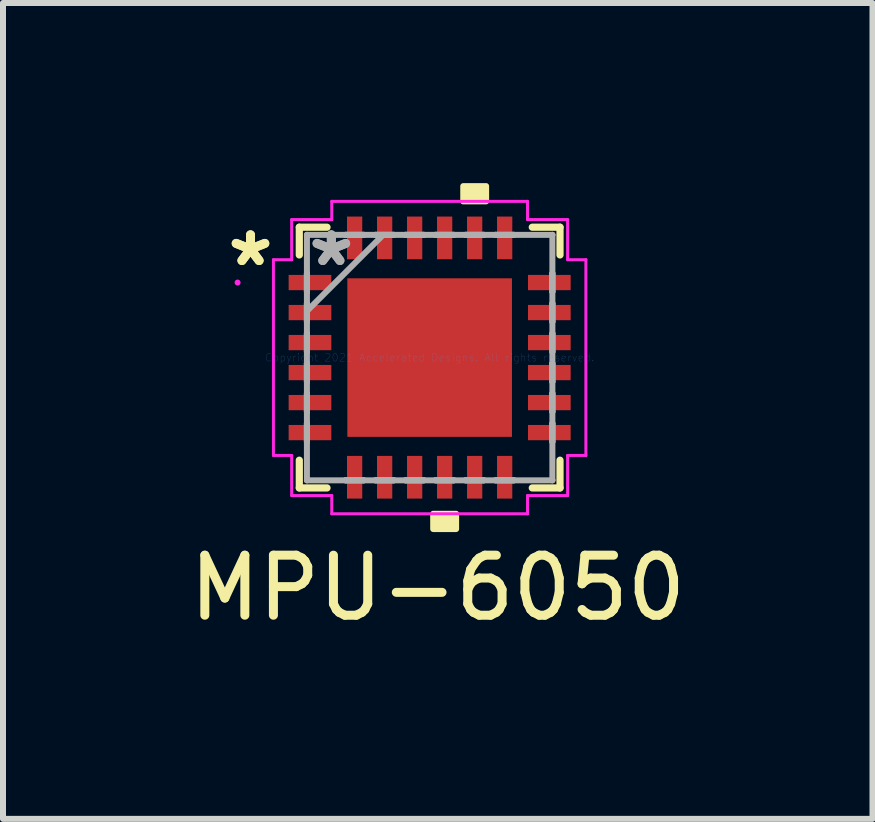
<source format=kicad_pcb>
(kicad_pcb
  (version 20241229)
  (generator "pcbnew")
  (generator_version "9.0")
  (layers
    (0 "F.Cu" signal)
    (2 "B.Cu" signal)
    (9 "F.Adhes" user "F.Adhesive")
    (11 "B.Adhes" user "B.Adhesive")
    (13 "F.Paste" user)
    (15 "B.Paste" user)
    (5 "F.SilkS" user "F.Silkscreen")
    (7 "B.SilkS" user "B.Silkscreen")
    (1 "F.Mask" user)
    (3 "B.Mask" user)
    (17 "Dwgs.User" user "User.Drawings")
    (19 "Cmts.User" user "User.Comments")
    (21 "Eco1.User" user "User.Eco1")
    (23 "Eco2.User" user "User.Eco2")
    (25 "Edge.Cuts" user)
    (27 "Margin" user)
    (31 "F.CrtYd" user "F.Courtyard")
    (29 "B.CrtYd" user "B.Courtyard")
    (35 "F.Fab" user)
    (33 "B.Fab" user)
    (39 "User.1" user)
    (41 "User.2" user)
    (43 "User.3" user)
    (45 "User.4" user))
  (footprint "MPU-6050"
    (layer "F.Cu")
    (at 4.109 2.908)
    (property "Reference" "MPU-6050" (at 0.135 3.838 0) (layer "F.SilkS") (effects (font (size 1 1) (thickness 0.15))))
    (attr through_hole)
    (fp_line (start -2.172 -2.172) (end -2.172 -1.71) (stroke (width 0.12) (type solid)) (layer "F.SilkS"))
    (fp_line (start -2.172 1.71) (end -2.172 2.172) (stroke (width 0.12) (type solid)) (layer "F.SilkS"))
    (fp_line (start -2.172 2.172) (end -1.71 2.172) (stroke (width 0.12) (type solid)) (layer "F.SilkS"))
    (fp_line (start -1.71 -2.172) (end -2.172 -2.172) (stroke (width 0.12) (type solid)) (layer "F.SilkS"))
    (fp_line (start 1.71 2.172) (end 2.172 2.172) (stroke (width 0.12) (type solid)) (layer "F.SilkS"))
    (fp_line (start 2.172 -2.172) (end 1.71 -2.172) (stroke (width 0.12) (type solid)) (layer "F.SilkS"))
    (fp_line (start 2.172 -1.71) (end 2.172 -2.172) (stroke (width 0.12) (type solid)) (layer "F.SilkS"))
    (fp_line (start 2.172 2.172) (end 2.172 1.71) (stroke (width 0.12) (type solid)) (layer "F.SilkS"))
    (fp_poly (pts (xy 0.059 2.603) (xy 0.059 2.857) (xy 0.441 2.857) (xy 0.441 2.603)) (stroke (width 0.1) (type solid)) (fill yes) (layer "F.SilkS"))
    (fp_poly (pts (xy 0.56 -2.603) (xy 0.56 -2.857) (xy 0.941 -2.857) (xy 0.941 -2.603)) (stroke (width 0.1) (type solid)) (fill yes) (layer "F.SilkS"))
    (fp_poly (pts (xy -1.272 -1.221) (xy -1.272 -0.1) (xy -0.1 -0.1) (xy -0.1 -1.221)) (stroke (width 0.1) (type solid)) (fill yes) (layer "F.Paste"))
    (fp_poly (pts (xy -1.272 0.1) (xy -1.272 1.221) (xy -0.1 1.221) (xy -0.1 0.1)) (stroke (width 0.1) (type solid)) (fill yes) (layer "F.Paste"))
    (fp_poly (pts (xy 0.1 -1.221) (xy 0.1 -0.1) (xy 1.272 -0.1) (xy 1.272 -1.221)) (stroke (width 0.1) (type solid)) (fill yes) (layer "F.Paste"))
    (fp_poly (pts (xy 0.1 0.1) (xy 0.1 1.221) (xy 1.272 1.221) (xy 1.272 0.1)) (stroke (width 0.1) (type solid)) (fill yes) (layer "F.Paste"))
    (fp_line (start -2.603 -1.631) (end -2.299 -1.631) (stroke (width 0.05) (type solid)) (layer "F.CrtYd"))
    (fp_line (start -2.603 1.631) (end -2.603 -1.631) (stroke (width 0.05) (type solid)) (layer "F.CrtYd"))
    (fp_line (start -2.299 -2.299) (end -1.631 -2.299) (stroke (width 0.05) (type solid)) (layer "F.CrtYd"))
    (fp_line (start -2.299 -1.631) (end -2.299 -2.299) (stroke (width 0.05) (type solid)) (layer "F.CrtYd"))
    (fp_line (start -2.299 1.631) (end -2.603 1.631) (stroke (width 0.05) (type solid)) (layer "F.CrtYd"))
    (fp_line (start -2.299 2.299) (end -2.299 1.631) (stroke (width 0.05) (type solid)) (layer "F.CrtYd"))
    (fp_line (start -1.631 -2.603) (end 1.631 -2.603) (stroke (width 0.05) (type solid)) (layer "F.CrtYd"))
    (fp_line (start -1.631 -2.299) (end -1.631 -2.603) (stroke (width 0.05) (type solid)) (layer "F.CrtYd"))
    (fp_line (start -1.631 2.299) (end -2.299 2.299) (stroke (width 0.05) (type solid)) (layer "F.CrtYd"))
    (fp_line (start -1.631 2.603) (end -1.631 2.299) (stroke (width 0.05) (type solid)) (layer "F.CrtYd"))
    (fp_line (start 1.631 -2.603) (end 1.631 -2.299) (stroke (width 0.05) (type solid)) (layer "F.CrtYd"))
    (fp_line (start 1.631 -2.299) (end 2.299 -2.299) (stroke (width 0.05) (type solid)) (layer "F.CrtYd"))
    (fp_line (start 1.631 2.299) (end 1.631 2.603) (stroke (width 0.05) (type solid)) (layer "F.CrtYd"))
    (fp_line (start 1.631 2.603) (end -1.631 2.603) (stroke (width 0.05) (type solid)) (layer "F.CrtYd"))
    (fp_line (start 2.299 -2.299) (end 2.299 -1.631) (stroke (width 0.05) (type solid)) (layer "F.CrtYd"))
    (fp_line (start 2.299 -1.631) (end 2.603 -1.631) (stroke (width 0.05) (type solid)) (layer "F.CrtYd"))
    (fp_line (start 2.299 1.631) (end 2.299 2.299) (stroke (width 0.05) (type solid)) (layer "F.CrtYd"))
    (fp_line (start 2.299 2.299) (end 1.631 2.299) (stroke (width 0.05) (type solid)) (layer "F.CrtYd"))
    (fp_line (start 2.603 -1.631) (end 2.603 1.631) (stroke (width 0.05) (type solid)) (layer "F.CrtYd"))
    (fp_line (start 2.603 1.631) (end 2.299 1.631) (stroke (width 0.05) (type solid)) (layer "F.CrtYd"))
    (fp_circle (center -3.2 -1.25) (end -3.2 -1.25) (stroke (width 0.05) (type solid)) (fill no) (layer "F.CrtYd"))
    (fp_line (start -2.045 -2.045) (end -2.045 -2.045) (stroke (width 0.1) (type solid)) (layer "F.Fab"))
    (fp_line (start -2.045 -2.045) (end -2.045 2.045) (stroke (width 0.1) (type solid)) (layer "F.Fab"))
    (fp_line (start -2.045 -1.402) (end -2.045 -1.402) (stroke (width 0.1) (type solid)) (layer "F.Fab"))
    (fp_line (start -2.045 -1.402) (end -2.045 -1.098) (stroke (width 0.1) (type solid)) (layer "F.Fab"))
    (fp_line (start -2.045 -1.098) (end -2.045 -1.402) (stroke (width 0.1) (type solid)) (layer "F.Fab"))
    (fp_line (start -2.045 -1.098) (end -2.045 -1.098) (stroke (width 0.1) (type solid)) (layer "F.Fab"))
    (fp_line (start -2.045 -0.902) (end -2.045 -0.902) (stroke (width 0.1) (type solid)) (layer "F.Fab"))
    (fp_line (start -2.045 -0.902) (end -2.045 -0.598) (stroke (width 0.1) (type solid)) (layer "F.Fab"))
    (fp_line (start -2.045 -0.775) (end -0.775 -2.045) (stroke (width 0.1) (type solid)) (layer "F.Fab"))
    (fp_line (start -2.045 -0.598) (end -2.045 -0.902) (stroke (width 0.1) (type solid)) (layer "F.Fab"))
    (fp_line (start -2.045 -0.598) (end -2.045 -0.598) (stroke (width 0.1) (type solid)) (layer "F.Fab"))
    (fp_line (start -2.045 -0.402) (end -2.045 -0.402) (stroke (width 0.1) (type solid)) (layer "F.Fab"))
    (fp_line (start -2.045 -0.402) (end -2.045 -0.098) (stroke (width 0.1) (type solid)) (layer "F.Fab"))
    (fp_line (start -2.045 -0.098) (end -2.045 -0.402) (stroke (width 0.1) (type solid)) (layer "F.Fab"))
    (fp_line (start -2.045 -0.098) (end -2.045 -0.098) (stroke (width 0.1) (type solid)) (layer "F.Fab"))
    (fp_line (start -2.045 0.098) (end -2.045 0.098) (stroke (width 0.1) (type solid)) (layer "F.Fab"))
    (fp_line (start -2.045 0.098) (end -2.045 0.402) (stroke (width 0.1) (type solid)) (layer "F.Fab"))
    (fp_line (start -2.045 0.402) (end -2.045 0.098) (stroke (width 0.1) (type solid)) (layer "F.Fab"))
    (fp_line (start -2.045 0.402) (end -2.045 0.402) (stroke (width 0.1) (type solid)) (layer "F.Fab"))
    (fp_line (start -2.045 0.598) (end -2.045 0.598) (stroke (width 0.1) (type solid)) (layer "F.Fab"))
    (fp_line (start -2.045 0.598) (end -2.045 0.902) (stroke (width 0.1) (type solid)) (layer "F.Fab"))
    (fp_line (start -2.045 0.902) (end -2.045 0.598) (stroke (width 0.1) (type solid)) (layer "F.Fab"))
    (fp_line (start -2.045 0.902) (end -2.045 0.902) (stroke (width 0.1) (type solid)) (layer "F.Fab"))
    (fp_line (start -2.045 1.098) (end -2.045 1.098) (stroke (width 0.1) (type solid)) (layer "F.Fab"))
    (fp_line (start -2.045 1.098) (end -2.045 1.402) (stroke (width 0.1) (type solid)) (layer "F.Fab"))
    (fp_line (start -2.045 1.402) (end -2.045 1.098) (stroke (width 0.1) (type solid)) (layer "F.Fab"))
    (fp_line (start -2.045 1.402) (end -2.045 1.402) (stroke (width 0.1) (type solid)) (layer "F.Fab"))
    (fp_line (start -2.045 2.045) (end -2.045 2.045) (stroke (width 0.1) (type solid)) (layer "F.Fab"))
    (fp_line (start -2.045 2.045) (end 2.045 2.045) (stroke (width 0.1) (type solid)) (layer "F.Fab"))
    (fp_line (start -1.402 -2.045) (end -1.402 -2.045) (stroke (width 0.1) (type solid)) (layer "F.Fab"))
    (fp_line (start -1.402 -2.045) (end -1.098 -2.045) (stroke (width 0.1) (type solid)) (layer "F.Fab"))
    (fp_line (start -1.402 2.045) (end -1.402 2.045) (stroke (width 0.1) (type solid)) (layer "F.Fab"))
    (fp_line (start -1.402 2.045) (end -1.098 2.045) (stroke (width 0.1) (type solid)) (layer "F.Fab"))
    (fp_line (start -1.098 -2.045) (end -1.402 -2.045) (stroke (width 0.1) (type solid)) (layer "F.Fab"))
    (fp_line (start -1.098 -2.045) (end -1.098 -2.045) (stroke (width 0.1) (type solid)) (layer "F.Fab"))
    (fp_line (start -1.098 2.045) (end -1.402 2.045) (stroke (width 0.1) (type solid)) (layer "F.Fab"))
    (fp_line (start -1.098 2.045) (end -1.098 2.045) (stroke (width 0.1) (type solid)) (layer "F.Fab"))
    (fp_line (start -0.902 -2.045) (end -0.902 -2.045) (stroke (width 0.1) (type solid)) (layer "F.Fab"))
    (fp_line (start -0.902 -2.045) (end -0.598 -2.045) (stroke (width 0.1) (type solid)) (layer "F.Fab"))
    (fp_line (start -0.902 2.045) (end -0.902 2.045) (stroke (width 0.1) (type solid)) (layer "F.Fab"))
    (fp_line (start -0.902 2.045) (end -0.598 2.045) (stroke (width 0.1) (type solid)) (layer "F.Fab"))
    (fp_line (start -0.598 -2.045) (end -0.902 -2.045) (stroke (width 0.1) (type solid)) (layer "F.Fab"))
    (fp_line (start -0.598 -2.045) (end -0.598 -2.045) (stroke (width 0.1) (type solid)) (layer "F.Fab"))
    (fp_line (start -0.598 2.045) (end -0.902 2.045) (stroke (width 0.1) (type solid)) (layer "F.Fab"))
    (fp_line (start -0.598 2.045) (end -0.598 2.045) (stroke (width 0.1) (type solid)) (layer "F.Fab"))
    (fp_line (start -0.402 -2.045) (end -0.402 -2.045) (stroke (width 0.1) (type solid)) (layer "F.Fab"))
    (fp_line (start -0.402 -2.045) (end -0.098 -2.045) (stroke (width 0.1) (type solid)) (layer "F.Fab"))
    (fp_line (start -0.402 2.045) (end -0.402 2.045) (stroke (width 0.1) (type solid)) (layer "F.Fab"))
    (fp_line (start -0.402 2.045) (end -0.098 2.045) (stroke (width 0.1) (type solid)) (layer "F.Fab"))
    (fp_line (start -0.098 -2.045) (end -0.402 -2.045) (stroke (width 0.1) (type solid)) (layer "F.Fab"))
    (fp_line (start -0.098 -2.045) (end -0.098 -2.045) (stroke (width 0.1) (type solid)) (layer "F.Fab"))
    (fp_line (start -0.098 2.045) (end -0.402 2.045) (stroke (width 0.1) (type solid)) (layer "F.Fab"))
    (fp_line (start -0.098 2.045) (end -0.098 2.045) (stroke (width 0.1) (type solid)) (layer "F.Fab"))
    (fp_line (start 0.098 -2.045) (end 0.098 -2.045) (stroke (width 0.1) (type solid)) (layer "F.Fab"))
    (fp_line (start 0.098 -2.045) (end 0.402 -2.045) (stroke (width 0.1) (type solid)) (layer "F.Fab"))
    (fp_line (start 0.098 2.045) (end 0.098 2.045) (stroke (width 0.1) (type solid)) (layer "F.Fab"))
    (fp_line (start 0.098 2.045) (end 0.402 2.045) (stroke (width 0.1) (type solid)) (layer "F.Fab"))
    (fp_line (start 0.402 -2.045) (end 0.098 -2.045) (stroke (width 0.1) (type solid)) (layer "F.Fab"))
    (fp_line (start 0.402 -2.045) (end 0.402 -2.045) (stroke (width 0.1) (type solid)) (layer "F.Fab"))
    (fp_line (start 0.402 2.045) (end 0.098 2.045) (stroke (width 0.1) (type solid)) (layer "F.Fab"))
    (fp_line (start 0.402 2.045) (end 0.402 2.045) (stroke (width 0.1) (type solid)) (layer "F.Fab"))
    (fp_line (start 0.598 -2.045) (end 0.598 -2.045) (stroke (width 0.1) (type solid)) (layer "F.Fab"))
    (fp_line (start 0.598 -2.045) (end 0.902 -2.045) (stroke (width 0.1) (type solid)) (layer "F.Fab"))
    (fp_line (start 0.598 2.045) (end 0.598 2.045) (stroke (width 0.1) (type solid)) (layer "F.Fab"))
    (fp_line (start 0.598 2.045) (end 0.902 2.045) (stroke (width 0.1) (type solid)) (layer "F.Fab"))
    (fp_line (start 0.902 -2.045) (end 0.598 -2.045) (stroke (width 0.1) (type solid)) (layer "F.Fab"))
    (fp_line (start 0.902 -2.045) (end 0.902 -2.045) (stroke (width 0.1) (type solid)) (layer "F.Fab"))
    (fp_line (start 0.902 2.045) (end 0.598 2.045) (stroke (width 0.1) (type solid)) (layer "F.Fab"))
    (fp_line (start 0.902 2.045) (end 0.902 2.045) (stroke (width 0.1) (type solid)) (layer "F.Fab"))
    (fp_line (start 1.098 -2.045) (end 1.098 -2.045) (stroke (width 0.1) (type solid)) (layer "F.Fab"))
    (fp_line (start 1.098 -2.045) (end 1.402 -2.045) (stroke (width 0.1) (type solid)) (layer "F.Fab"))
    (fp_line (start 1.098 2.045) (end 1.098 2.045) (stroke (width 0.1) (type solid)) (layer "F.Fab"))
    (fp_line (start 1.098 2.045) (end 1.402 2.045) (stroke (width 0.1) (type solid)) (layer "F.Fab"))
    (fp_line (start 1.402 -2.045) (end 1.098 -2.045) (stroke (width 0.1) (type solid)) (layer "F.Fab"))
    (fp_line (start 1.402 -2.045) (end 1.402 -2.045) (stroke (width 0.1) (type solid)) (layer "F.Fab"))
    (fp_line (start 1.402 2.045) (end 1.098 2.045) (stroke (width 0.1) (type solid)) (layer "F.Fab"))
    (fp_line (start 1.402 2.045) (end 1.402 2.045) (stroke (width 0.1) (type solid)) (layer "F.Fab"))
    (fp_line (start 2.045 -2.045) (end -2.045 -2.045) (stroke (width 0.1) (type solid)) (layer "F.Fab"))
    (fp_line (start 2.045 -2.045) (end 2.045 -2.045) (stroke (width 0.1) (type solid)) (layer "F.Fab"))
    (fp_line (start 2.045 -1.402) (end 2.045 -1.402) (stroke (width 0.1) (type solid)) (layer "F.Fab"))
    (fp_line (start 2.045 -1.402) (end 2.045 -1.098) (stroke (width 0.1) (type solid)) (layer "F.Fab"))
    (fp_line (start 2.045 -1.098) (end 2.045 -1.402) (stroke (width 0.1) (type solid)) (layer "F.Fab"))
    (fp_line (start 2.045 -1.098) (end 2.045 -1.098) (stroke (width 0.1) (type solid)) (layer "F.Fab"))
    (fp_line (start 2.045 -0.902) (end 2.045 -0.902) (stroke (width 0.1) (type solid)) (layer "F.Fab"))
    (fp_line (start 2.045 -0.902) (end 2.045 -0.598) (stroke (width 0.1) (type solid)) (layer "F.Fab"))
    (fp_line (start 2.045 -0.598) (end 2.045 -0.902) (stroke (width 0.1) (type solid)) (layer "F.Fab"))
    (fp_line (start 2.045 -0.598) (end 2.045 -0.598) (stroke (width 0.1) (type solid)) (layer "F.Fab"))
    (fp_line (start 2.045 -0.402) (end 2.045 -0.402) (stroke (width 0.1) (type solid)) (layer "F.Fab"))
    (fp_line (start 2.045 -0.402) (end 2.045 -0.098) (stroke (width 0.1) (type solid)) (layer "F.Fab"))
    (fp_line (start 2.045 -0.098) (end 2.045 -0.402) (stroke (width 0.1) (type solid)) (layer "F.Fab"))
    (fp_line (start 2.045 -0.098) (end 2.045 -0.098) (stroke (width 0.1) (type solid)) (layer "F.Fab"))
    (fp_line (start 2.045 0.098) (end 2.045 0.098) (stroke (width 0.1) (type solid)) (layer "F.Fab"))
    (fp_line (start 2.045 0.098) (end 2.045 0.402) (stroke (width 0.1) (type solid)) (layer "F.Fab"))
    (fp_line (start 2.045 0.402) (end 2.045 0.098) (stroke (width 0.1) (type solid)) (layer "F.Fab"))
    (fp_line (start 2.045 0.402) (end 2.045 0.402) (stroke (width 0.1) (type solid)) (layer "F.Fab"))
    (fp_line (start 2.045 0.598) (end 2.045 0.598) (stroke (width 0.1) (type solid)) (layer "F.Fab"))
    (fp_line (start 2.045 0.598) (end 2.045 0.902) (stroke (width 0.1) (type solid)) (layer "F.Fab"))
    (fp_line (start 2.045 0.902) (end 2.045 0.598) (stroke (width 0.1) (type solid)) (layer "F.Fab"))
    (fp_line (start 2.045 0.902) (end 2.045 0.902) (stroke (width 0.1) (type solid)) (layer "F.Fab"))
    (fp_line (start 2.045 1.098) (end 2.045 1.098) (stroke (width 0.1) (type solid)) (layer "F.Fab"))
    (fp_line (start 2.045 1.098) (end 2.045 1.402) (stroke (width 0.1) (type solid)) (layer "F.Fab"))
    (fp_line (start 2.045 1.402) (end 2.045 1.098) (stroke (width 0.1) (type solid)) (layer "F.Fab"))
    (fp_line (start 2.045 1.402) (end 2.045 1.402) (stroke (width 0.1) (type solid)) (layer "F.Fab"))
    (fp_line (start 2.045 2.045) (end 2.045 -2.045) (stroke (width 0.1) (type solid)) (layer "F.Fab"))
    (fp_line (start 2.045 2.045) (end 2.045 2.045) (stroke (width 0.1) (type solid)) (layer "F.Fab"))
    (fp_text user "*" (at -2.985 -1.5 0) (layer "F.SilkS") (effects (font (size 1 1) (thickness 0.15))))
    (fp_text user "*" (at -2.985 -1.5 0) (layer "F.SilkS") (effects (font (size 1 1) (thickness 0.15))))
    (fp_text user "Copyright 2021 Accelerated Designs. All rights reserved." (at 0 0 0) (layer "Cmts.User") (effects (font (size 0.127 0.127) (thickness 0.002))))
    (fp_text user "*" (at -1.638 -1.5 0) (layer "F.Fab") (effects (font (size 1 1) (thickness 0.15))))
    (fp_text user "*" (at -1.638 -1.5 0) (layer "F.Fab") (effects (font (size 1 1) (thickness 0.15))))
    (pad "1" smd rect (at -1.994 -1.25 90) (size 0.254 0.711) (layers "F.Cu" "F.Mask" "F.Paste"))
    (pad "2" smd rect (at -1.994 -0.75 90) (size 0.254 0.711) (layers "F.Cu" "F.Mask" "F.Paste"))
    (pad "3" smd rect (at -1.994 -0.25 90) (size 0.254 0.711) (layers "F.Cu" "F.Mask" "F.Paste"))
    (pad "4" smd rect (at -1.994 0.25 90) (size 0.254 0.711) (layers "F.Cu" "F.Mask" "F.Paste"))
    (pad "5" smd rect (at -1.994 0.75 90) (size 0.254 0.711) (layers "F.Cu" "F.Mask" "F.Paste"))
    (pad "6" smd rect (at -1.994 1.25 90) (size 0.254 0.711) (layers "F.Cu" "F.Mask" "F.Paste"))
    (pad "7" smd rect (at -1.25 1.994) (size 0.254 0.711) (layers "F.Cu" "F.Mask" "F.Paste"))
    (pad "8" smd rect (at -0.75 1.994) (size 0.254 0.711) (layers "F.Cu" "F.Mask" "F.Paste"))
    (pad "9" smd rect (at -0.25 1.994) (size 0.254 0.711) (layers "F.Cu" "F.Mask" "F.Paste"))
    (pad "10" smd rect (at 0.25 1.994) (size 0.254 0.711) (layers "F.Cu" "F.Mask" "F.Paste"))
    (pad "11" smd rect (at 0.75 1.994) (size 0.254 0.711) (layers "F.Cu" "F.Mask" "F.Paste"))
    (pad "12" smd rect (at 1.25 1.994) (size 0.254 0.711) (layers "F.Cu" "F.Mask" "F.Paste"))
    (pad "13" smd rect (at 1.994 1.25 90) (size 0.254 0.711) (layers "F.Cu" "F.Mask" "F.Paste"))
    (pad "14" smd rect (at 1.994 0.75 90) (size 0.254 0.711) (layers "F.Cu" "F.Mask" "F.Paste"))
    (pad "15" smd rect (at 1.994 0.25 90) (size 0.254 0.711) (layers "F.Cu" "F.Mask" "F.Paste"))
    (pad "16" smd rect (at 1.994 -0.25 90) (size 0.254 0.711) (layers "F.Cu" "F.Mask" "F.Paste"))
    (pad "17" smd rect (at 1.994 -0.75 90) (size 0.254 0.711) (layers "F.Cu" "F.Mask" "F.Paste"))
    (pad "18" smd rect (at 1.994 -1.25 90) (size 0.254 0.711) (layers "F.Cu" "F.Mask" "F.Paste"))
    (pad "19" smd rect (at 1.25 -1.994) (size 0.254 0.711) (layers "F.Cu" "F.Mask" "F.Paste"))
    (pad "20" smd rect (at 0.75 -1.994) (size 0.254 0.711) (layers "F.Cu" "F.Mask" "F.Paste"))
    (pad "21" smd rect (at 0.25 -1.994) (size 0.254 0.711) (layers "F.Cu" "F.Mask" "F.Paste"))
    (pad "22" smd rect (at -0.25 -1.994) (size 0.254 0.711) (layers "F.Cu" "F.Mask" "F.Paste"))
    (pad "23" smd rect (at -0.75 -1.994) (size 0.254 0.711) (layers "F.Cu" "F.Mask" "F.Paste"))
    (pad "24" smd rect (at -1.25 -1.994) (size 0.254 0.711) (layers "F.Cu" "F.Mask" "F.Paste"))
    (pad "U" smd rect (at 0 0) (size 2.743 2.642) (layers "F.Cu" "F.Mask" "F.Paste")))
  (gr_rect
    (start -3 -3)
    (end 11.488 10.594)
    (stroke (width 0.1) (type default))
    (fill no)
    (layer "Edge.Cuts")))
</source>
